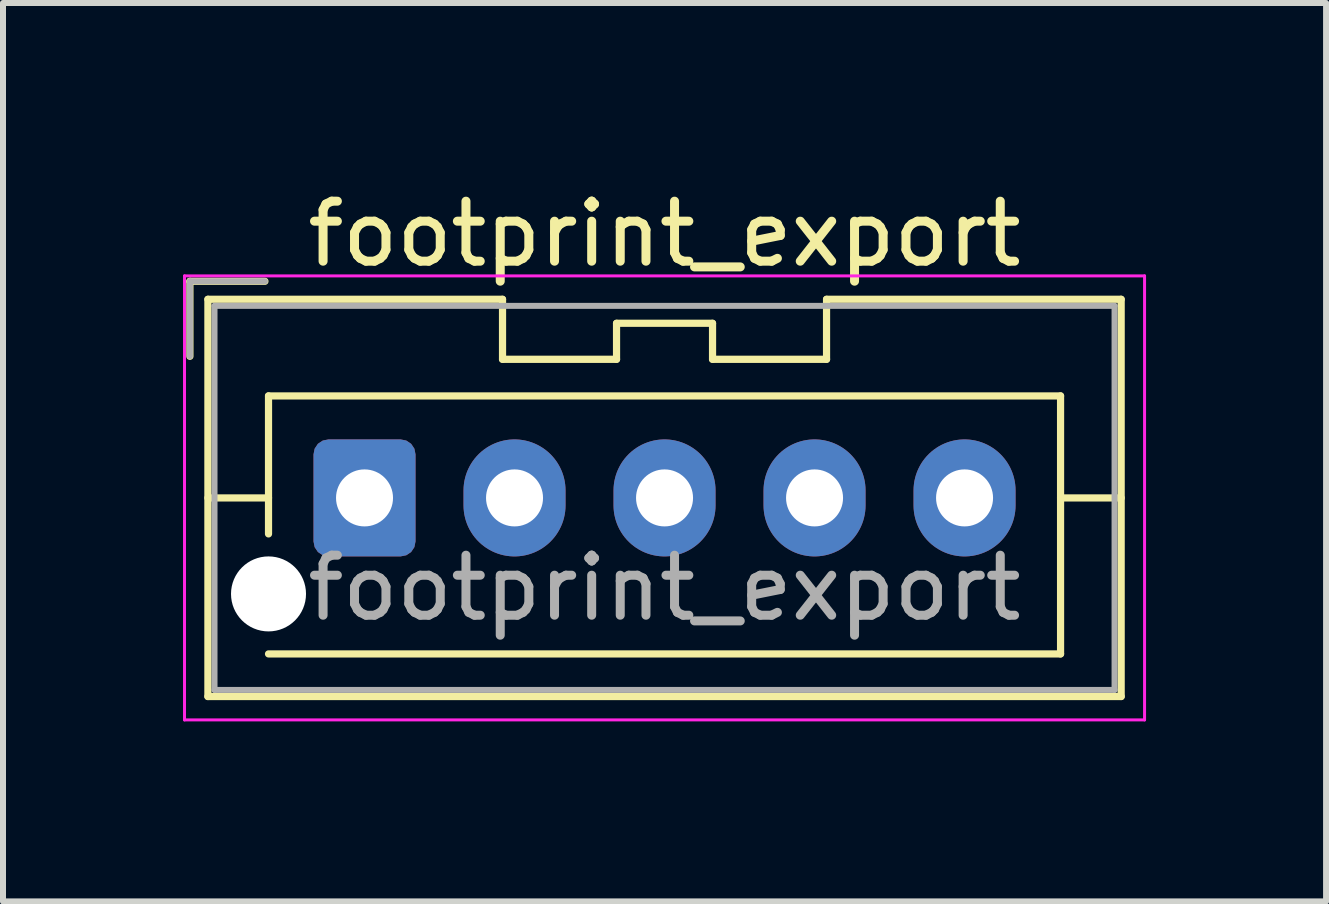
<source format=kicad_pcb>
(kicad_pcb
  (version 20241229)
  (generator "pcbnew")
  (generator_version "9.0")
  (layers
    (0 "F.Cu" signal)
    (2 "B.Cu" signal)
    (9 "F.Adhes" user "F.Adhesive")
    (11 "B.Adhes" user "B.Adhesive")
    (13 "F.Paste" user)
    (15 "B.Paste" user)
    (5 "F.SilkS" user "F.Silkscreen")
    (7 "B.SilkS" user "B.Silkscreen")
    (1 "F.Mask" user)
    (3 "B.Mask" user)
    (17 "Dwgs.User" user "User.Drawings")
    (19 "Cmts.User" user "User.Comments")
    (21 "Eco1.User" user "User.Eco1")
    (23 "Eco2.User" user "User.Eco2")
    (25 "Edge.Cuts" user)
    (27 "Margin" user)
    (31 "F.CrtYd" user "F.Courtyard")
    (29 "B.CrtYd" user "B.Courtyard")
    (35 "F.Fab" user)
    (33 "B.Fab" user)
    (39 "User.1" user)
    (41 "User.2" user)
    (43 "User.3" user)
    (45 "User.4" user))
  (footprint "footprint_export"
    (layer "F.Cu")
    (at 3.025 5.248)
    (property "Reference" "footprint_export" (at 5 -4.4 0) (layer "F.SilkS") (effects (font (size 1 1) (thickness 0.15))))
    (attr through_hole)
    (fp_line (start -2.91 -3.61) (end -2.91 -2.36) (stroke (width 0.12) (type solid)) (layer "F.SilkS"))
    (fp_line (start -2.61 -3.31) (end -2.61 3.31) (stroke (width 0.12) (type solid)) (layer "F.SilkS"))
    (fp_line (start -2.61 0) (end -1.6 0) (stroke (width 0.12) (type solid)) (layer "F.SilkS"))
    (fp_line (start -2.61 3.31) (end 12.61 3.31) (stroke (width 0.12) (type solid)) (layer "F.SilkS"))
    (fp_line (start -1.66 -3.61) (end -2.91 -3.61) (stroke (width 0.12) (type solid)) (layer "F.SilkS"))
    (fp_line (start -1.6 -1.7) (end 11.6 -1.7) (stroke (width 0.12) (type solid)) (layer "F.SilkS"))
    (fp_line (start -1.6 0.6) (end -1.6 -1.7) (stroke (width 0.12) (type solid)) (layer "F.SilkS"))
    (fp_line (start 2.3 -3.31) (end -2.61 -3.31) (stroke (width 0.12) (type solid)) (layer "F.SilkS"))
    (fp_line (start 2.3 -2.31) (end 2.3 -3.31) (stroke (width 0.12) (type solid)) (layer "F.SilkS"))
    (fp_line (start 4.2 -2.91) (end 4.2 -2.31) (stroke (width 0.12) (type solid)) (layer "F.SilkS"))
    (fp_line (start 4.2 -2.31) (end 2.3 -2.31) (stroke (width 0.12) (type solid)) (layer "F.SilkS"))
    (fp_line (start 5.8 -2.91) (end 4.2 -2.91) (stroke (width 0.12) (type solid)) (layer "F.SilkS"))
    (fp_line (start 5.8 -2.31) (end 5.8 -2.91) (stroke (width 0.12) (type solid)) (layer "F.SilkS"))
    (fp_line (start 7.7 -3.31) (end 7.7 -2.31) (stroke (width 0.12) (type solid)) (layer "F.SilkS"))
    (fp_line (start 7.7 -2.31) (end 5.8 -2.31) (stroke (width 0.12) (type solid)) (layer "F.SilkS"))
    (fp_line (start 11.6 -1.7) (end 11.6 2.6) (stroke (width 0.12) (type solid)) (layer "F.SilkS"))
    (fp_line (start 11.6 2.6) (end -1.6 2.6) (stroke (width 0.12) (type solid)) (layer "F.SilkS"))
    (fp_line (start 12.61 -3.31) (end 7.7 -3.31) (stroke (width 0.12) (type solid)) (layer "F.SilkS"))
    (fp_line (start 12.61 0) (end 11.6 0) (stroke (width 0.12) (type solid)) (layer "F.SilkS"))
    (fp_line (start 12.61 3.31) (end 12.61 -3.31) (stroke (width 0.12) (type solid)) (layer "F.SilkS"))
    (fp_line (start -3 -3.7) (end -3 3.7) (stroke (width 0.05) (type solid)) (layer "F.CrtYd"))
    (fp_line (start -3 3.7) (end 13 3.7) (stroke (width 0.05) (type solid)) (layer "F.CrtYd"))
    (fp_line (start 13 -3.7) (end -3 -3.7) (stroke (width 0.05) (type solid)) (layer "F.CrtYd"))
    (fp_line (start 13 3.7) (end 13 -3.7) (stroke (width 0.05) (type solid)) (layer "F.CrtYd"))
    (fp_line (start -2.91 -3.61) (end -2.91 -2.36) (stroke (width 0.1) (type solid)) (layer "F.Fab"))
    (fp_line (start -2.5 -3.2) (end -2.5 3.2) (stroke (width 0.1) (type solid)) (layer "F.Fab"))
    (fp_line (start -2.5 3.2) (end 12.5 3.2) (stroke (width 0.1) (type solid)) (layer "F.Fab"))
    (fp_line (start -1.66 -3.61) (end -2.91 -3.61) (stroke (width 0.1) (type solid)) (layer "F.Fab"))
    (fp_line (start 12.5 -3.2) (end -2.5 -3.2) (stroke (width 0.1) (type solid)) (layer "F.Fab"))
    (fp_line (start 12.5 3.2) (end 12.5 -3.2) (stroke (width 0.1) (type solid)) (layer "F.Fab"))
    (fp_text user "${REFERENCE}" (at 5 1.5 0) (layer "F.Fab") (effects (font (size 1 1) (thickness 0.15))))
    (pad "" np_thru_hole circle (at -1.6 1.6) (size 1.25 1.25) (drill 1.25) (layers "*.Cu" "*.Mask"))
    (pad "1" thru_hole roundrect (at 0 0) (size 1.7 1.95) (drill 0.95) (layers "*.Cu" "*.Mask") (roundrect_rratio 0.147))
    (pad "2" thru_hole oval (at 2.5 0) (size 1.7 1.95) (drill 0.95) (layers "*.Cu" "*.Mask"))
    (pad "3" thru_hole oval (at 5 0) (size 1.7 1.95) (drill 0.95) (layers "*.Cu" "*.Mask"))
    (pad "4" thru_hole oval (at 7.5 0) (size 1.7 1.95) (drill 0.95) (layers "*.Cu" "*.Mask"))
    (pad "5" thru_hole oval (at 10 0) (size 1.7 1.95) (drill 0.95) (layers "*.Cu" "*.Mask")))
  (gr_rect
    (start -3 -3)
    (end 19.05 11.973)
    (stroke (width 0.1) (type default))
    (fill no)
    (layer "Edge.Cuts")))
</source>
